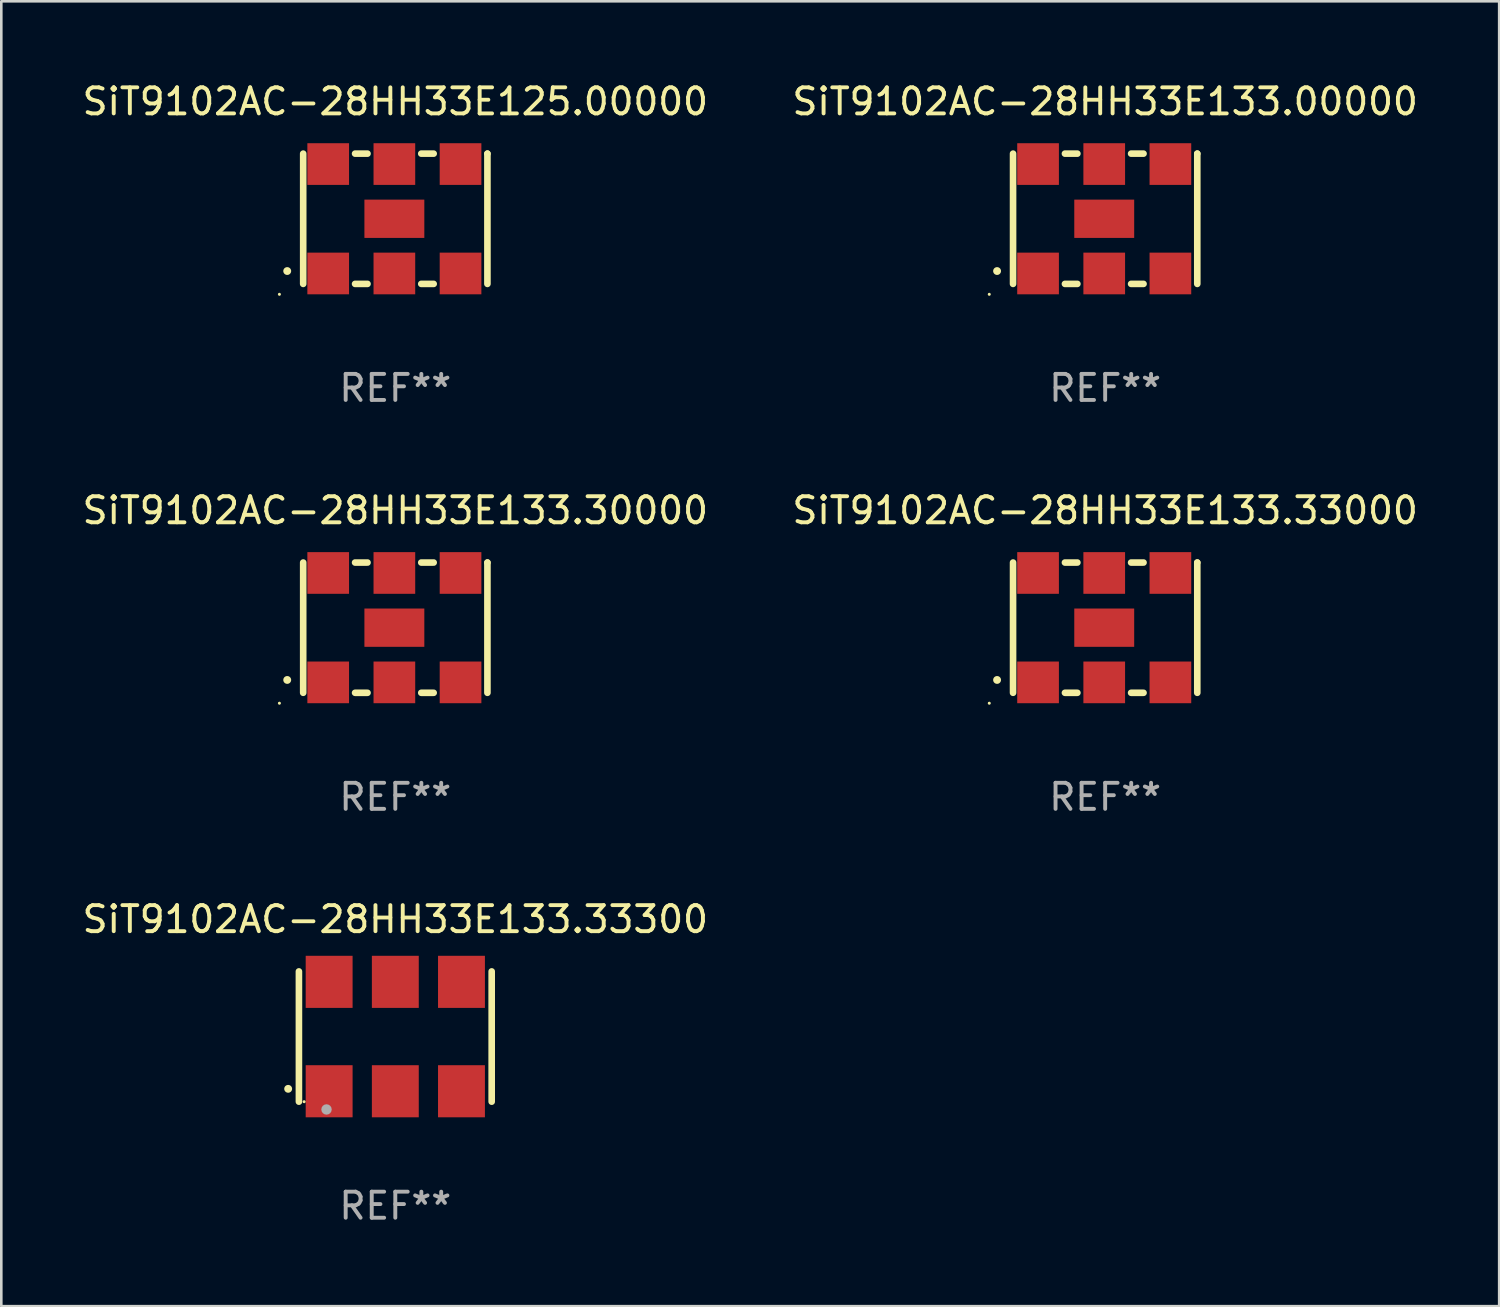
<source format=kicad_pcb>
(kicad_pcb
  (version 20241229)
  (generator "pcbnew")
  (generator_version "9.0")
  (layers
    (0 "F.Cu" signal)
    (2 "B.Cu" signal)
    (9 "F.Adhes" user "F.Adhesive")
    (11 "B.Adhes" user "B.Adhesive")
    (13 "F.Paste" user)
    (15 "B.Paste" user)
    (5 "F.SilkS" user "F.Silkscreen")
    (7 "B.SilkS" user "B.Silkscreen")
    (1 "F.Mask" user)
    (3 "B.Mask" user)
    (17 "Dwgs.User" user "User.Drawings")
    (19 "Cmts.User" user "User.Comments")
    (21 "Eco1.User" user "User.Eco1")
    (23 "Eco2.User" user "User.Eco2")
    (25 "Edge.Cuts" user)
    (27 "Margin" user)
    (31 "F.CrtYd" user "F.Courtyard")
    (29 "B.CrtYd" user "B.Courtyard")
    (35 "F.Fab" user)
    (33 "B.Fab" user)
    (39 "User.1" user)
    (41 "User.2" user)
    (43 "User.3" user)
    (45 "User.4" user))
  (footprint "SiT9102AC-28HH33E133.00000"
    (layer "F.Cu")
    (at 39.375 5.348)
    (property "Reference" "SiT9102AC-28HH33E133.00000" (at 0 -4.5 0) (layer "F.SilkS") (effects (font (size 1 1) (thickness 0.15))))
    (attr through_hole)
    (fp_line (start -3.536 -2.5) (end -3.536 2.5) (stroke (width 0.254) (type solid)) (layer "F.SilkS"))
    (fp_line (start -1.544 2.5) (end -1.067 2.5) (stroke (width 0.254) (type solid)) (layer "F.SilkS"))
    (fp_line (start -1.067 -2.5) (end -1.544 -2.5) (stroke (width 0.254) (type solid)) (layer "F.SilkS"))
    (fp_line (start 0.996 2.5) (end 1.473 2.5) (stroke (width 0.254) (type solid)) (layer "F.SilkS"))
    (fp_line (start 1.473 -2.5) (end 0.996 -2.5) (stroke (width 0.254) (type solid)) (layer "F.SilkS"))
    (fp_line (start 3.536 -2.5) (end 3.536 -2.5) (stroke (width 0.254) (type solid)) (layer "F.SilkS"))
    (fp_line (start 3.536 2.5) (end 3.536 -2.5) (stroke (width 0.254) (type solid)) (layer "F.SilkS"))
    (fp_arc (start -4.150432 2.006604) (mid -4.149162 2.006599) (end -4.147892 2.006604) (stroke (width 0.3) (type solid)) (layer "F.SilkS"))
    (fp_circle (center -4.449 2.9) (end -4.419 2.9) (stroke (width 0.06) (type solid)) (fill no) (layer "F.SilkS"))
    (fp_text user "REF**" (at 0 6.5 0) (layer "F.Fab") (effects (font (size 1 1) (thickness 0.15))))
    (pad "1" smd rect (at -2.576 2.1) (size 1.6 1.6) (layers "F.Cu" "F.Mask" "F.Paste"))
    (pad "2" smd rect (at -0.036 2.1) (size 1.6 1.6) (layers "F.Cu" "F.Mask" "F.Paste"))
    (pad "3" smd rect (at 2.504 2.1) (size 1.6 1.6) (layers "F.Cu" "F.Mask" "F.Paste"))
    (pad "4" smd rect (at 2.504 -2.1) (size 1.6 1.6) (layers "F.Cu" "F.Mask" "F.Paste"))
    (pad "5" smd rect (at -0.036 -2.1) (size 1.6 1.6) (layers "F.Cu" "F.Mask" "F.Paste"))
    (pad "6" smd rect (at -2.576 -2.1) (size 1.6 1.6) (layers "F.Cu" "F.Mask" "F.Paste"))
    (pad "7" smd rect (at -0.036 0) (size 2.3 1.47) (layers "F.Cu" "F.Mask" "F.Paste")))
  (footprint "SiT9102AC-28HH33E133.30000"
    (layer "F.Cu")
    (at 12.125 21.045)
    (property "Reference" "SiT9102AC-28HH33E133.30000" (at 0 -4.5 0) (layer "F.SilkS") (effects (font (size 1 1) (thickness 0.15))))
    (attr through_hole)
    (fp_line (start -3.536 -2.5) (end -3.536 2.5) (stroke (width 0.254) (type solid)) (layer "F.SilkS"))
    (fp_line (start -1.544 2.5) (end -1.067 2.5) (stroke (width 0.254) (type solid)) (layer "F.SilkS"))
    (fp_line (start -1.067 -2.5) (end -1.544 -2.5) (stroke (width 0.254) (type solid)) (layer "F.SilkS"))
    (fp_line (start 0.996 2.5) (end 1.473 2.5) (stroke (width 0.254) (type solid)) (layer "F.SilkS"))
    (fp_line (start 1.473 -2.5) (end 0.996 -2.5) (stroke (width 0.254) (type solid)) (layer "F.SilkS"))
    (fp_line (start 3.536 -2.5) (end 3.536 -2.5) (stroke (width 0.254) (type solid)) (layer "F.SilkS"))
    (fp_line (start 3.536 2.5) (end 3.536 -2.5) (stroke (width 0.254) (type solid)) (layer "F.SilkS"))
    (fp_arc (start -4.150432 2.006604) (mid -4.149162 2.006599) (end -4.147892 2.006604) (stroke (width 0.3) (type solid)) (layer "F.SilkS"))
    (fp_circle (center -4.449 2.9) (end -4.419 2.9) (stroke (width 0.06) (type solid)) (fill no) (layer "F.SilkS"))
    (fp_text user "REF**" (at 0 6.5 0) (layer "F.Fab") (effects (font (size 1 1) (thickness 0.15))))
    (pad "1" smd rect (at -2.576 2.1) (size 1.6 1.6) (layers "F.Cu" "F.Mask" "F.Paste"))
    (pad "2" smd rect (at -0.036 2.1) (size 1.6 1.6) (layers "F.Cu" "F.Mask" "F.Paste"))
    (pad "3" smd rect (at 2.504 2.1) (size 1.6 1.6) (layers "F.Cu" "F.Mask" "F.Paste"))
    (pad "4" smd rect (at 2.504 -2.1) (size 1.6 1.6) (layers "F.Cu" "F.Mask" "F.Paste"))
    (pad "5" smd rect (at -0.036 -2.1) (size 1.6 1.6) (layers "F.Cu" "F.Mask" "F.Paste"))
    (pad "6" smd rect (at -2.576 -2.1) (size 1.6 1.6) (layers "F.Cu" "F.Mask" "F.Paste"))
    (pad "7" smd rect (at -0.036 0) (size 2.3 1.47) (layers "F.Cu" "F.Mask" "F.Paste")))
  (footprint "SiT9102AC-28HH33E133.33000"
    (layer "F.Cu")
    (at 39.375 21.045)
    (property "Reference" "SiT9102AC-28HH33E133.33000" (at 0 -4.5 0) (layer "F.SilkS") (effects (font (size 1 1) (thickness 0.15))))
    (attr through_hole)
    (fp_line (start -3.536 -2.5) (end -3.536 2.5) (stroke (width 0.254) (type solid)) (layer "F.SilkS"))
    (fp_line (start -1.544 2.5) (end -1.067 2.5) (stroke (width 0.254) (type solid)) (layer "F.SilkS"))
    (fp_line (start -1.067 -2.5) (end -1.544 -2.5) (stroke (width 0.254) (type solid)) (layer "F.SilkS"))
    (fp_line (start 0.996 2.5) (end 1.473 2.5) (stroke (width 0.254) (type solid)) (layer "F.SilkS"))
    (fp_line (start 1.473 -2.5) (end 0.996 -2.5) (stroke (width 0.254) (type solid)) (layer "F.SilkS"))
    (fp_line (start 3.536 -2.5) (end 3.536 -2.5) (stroke (width 0.254) (type solid)) (layer "F.SilkS"))
    (fp_line (start 3.536 2.5) (end 3.536 -2.5) (stroke (width 0.254) (type solid)) (layer "F.SilkS"))
    (fp_arc (start -4.150432 2.006604) (mid -4.149162 2.006599) (end -4.147892 2.006604) (stroke (width 0.3) (type solid)) (layer "F.SilkS"))
    (fp_circle (center -4.449 2.9) (end -4.419 2.9) (stroke (width 0.06) (type solid)) (fill no) (layer "F.SilkS"))
    (fp_text user "REF**" (at 0 6.5 0) (layer "F.Fab") (effects (font (size 1 1) (thickness 0.15))))
    (pad "1" smd rect (at -2.576 2.1) (size 1.6 1.6) (layers "F.Cu" "F.Mask" "F.Paste"))
    (pad "2" smd rect (at -0.036 2.1) (size 1.6 1.6) (layers "F.Cu" "F.Mask" "F.Paste"))
    (pad "3" smd rect (at 2.504 2.1) (size 1.6 1.6) (layers "F.Cu" "F.Mask" "F.Paste"))
    (pad "4" smd rect (at 2.504 -2.1) (size 1.6 1.6) (layers "F.Cu" "F.Mask" "F.Paste"))
    (pad "5" smd rect (at -0.036 -2.1) (size 1.6 1.6) (layers "F.Cu" "F.Mask" "F.Paste"))
    (pad "6" smd rect (at -2.576 -2.1) (size 1.6 1.6) (layers "F.Cu" "F.Mask" "F.Paste"))
    (pad "7" smd rect (at -0.036 0) (size 2.3 1.47) (layers "F.Cu" "F.Mask" "F.Paste")))
  (footprint "SiT9102AC-28HH33E133.33300"
    (layer "F.Cu")
    (at 12.125 36.741)
    (property "Reference" "SiT9102AC-28HH33E133.33300" (at 0 -4.5 0) (layer "F.SilkS") (effects (font (size 1 1) (thickness 0.15))))
    (attr through_hole)
    (fp_line (start -3.7 -2.5) (end -3.7 2.5) (stroke (width 0.254) (type solid)) (layer "F.SilkS"))
    (fp_line (start 3.7 -2.5) (end 3.7 2.5) (stroke (width 0.254) (type solid)) (layer "F.SilkS"))
    (fp_arc (start -4.114415 2.006604) (mid -4.113145 2.006599) (end -4.111875 2.006604) (stroke (width 0.3) (type solid)) (layer "F.SilkS"))
    (fp_circle (center -3.5 2.501) (end -3.47 2.501) (stroke (width 0.06) (type solid)) (fill no) (layer "F.SilkS"))
    (fp_circle (center -2.641 2.799) (end -2.541 2.799) (stroke (width 0.2) (type solid)) (fill no) (layer "F.Fab"))
    (fp_text user "REF**" (at 0 6.5 0) (layer "F.Fab") (effects (font (size 1 1) (thickness 0.15))))
    (pad "1" smd rect (at -2.54 2.1) (size 1.8 2) (layers "F.Cu" "F.Mask" "F.Paste"))
    (pad "2" smd rect (at 0.000394 2.1) (size 1.8 2) (layers "F.Cu" "F.Mask" "F.Paste"))
    (pad "3" smd rect (at 2.54 2.1) (size 1.8 2) (layers "F.Cu" "F.Mask" "F.Paste"))
    (pad "4" smd rect (at 2.54 -2.1) (size 1.8 2) (layers "F.Cu" "F.Mask" "F.Paste"))
    (pad "5" smd rect (at 0.000394 -2.1) (size 1.8 2) (layers "F.Cu" "F.Mask" "F.Paste"))
    (pad "6" smd rect (at -2.54 -2.1) (size 1.8 2) (layers "F.Cu" "F.Mask" "F.Paste")))
  (footprint "SiT9102AC-28HH33E125.00000"
    (layer "F.Cu")
    (at 12.125 5.348)
    (property "Reference" "SiT9102AC-28HH33E125.00000" (at 0 -4.5 0) (layer "F.SilkS") (effects (font (size 1 1) (thickness 0.15))))
    (attr through_hole)
    (fp_line (start -3.536 -2.5) (end -3.536 2.5) (stroke (width 0.254) (type solid)) (layer "F.SilkS"))
    (fp_line (start -1.544 2.5) (end -1.067 2.5) (stroke (width 0.254) (type solid)) (layer "F.SilkS"))
    (fp_line (start -1.067 -2.5) (end -1.544 -2.5) (stroke (width 0.254) (type solid)) (layer "F.SilkS"))
    (fp_line (start 0.996 2.5) (end 1.473 2.5) (stroke (width 0.254) (type solid)) (layer "F.SilkS"))
    (fp_line (start 1.473 -2.5) (end 0.996 -2.5) (stroke (width 0.254) (type solid)) (layer "F.SilkS"))
    (fp_line (start 3.536 -2.5) (end 3.536 -2.5) (stroke (width 0.254) (type solid)) (layer "F.SilkS"))
    (fp_line (start 3.536 2.5) (end 3.536 -2.5) (stroke (width 0.254) (type solid)) (layer "F.SilkS"))
    (fp_arc (start -4.150432 2.006604) (mid -4.149162 2.006599) (end -4.147892 2.006604) (stroke (width 0.3) (type solid)) (layer "F.SilkS"))
    (fp_circle (center -4.449 2.9) (end -4.419 2.9) (stroke (width 0.06) (type solid)) (fill no) (layer "F.SilkS"))
    (fp_text user "REF**" (at 0 6.5 0) (layer "F.Fab") (effects (font (size 1 1) (thickness 0.15))))
    (pad "1" smd rect (at -2.576 2.1) (size 1.6 1.6) (layers "F.Cu" "F.Mask" "F.Paste"))
    (pad "2" smd rect (at -0.036 2.1) (size 1.6 1.6) (layers "F.Cu" "F.Mask" "F.Paste"))
    (pad "3" smd rect (at 2.504 2.1) (size 1.6 1.6) (layers "F.Cu" "F.Mask" "F.Paste"))
    (pad "4" smd rect (at 2.504 -2.1) (size 1.6 1.6) (layers "F.Cu" "F.Mask" "F.Paste"))
    (pad "5" smd rect (at -0.036 -2.1) (size 1.6 1.6) (layers "F.Cu" "F.Mask" "F.Paste"))
    (pad "6" smd rect (at -2.576 -2.1) (size 1.6 1.6) (layers "F.Cu" "F.Mask" "F.Paste"))
    (pad "7" smd rect (at -0.036 0) (size 2.3 1.47) (layers "F.Cu" "F.Mask" "F.Paste")))
  (gr_rect
    (start -3 -3)
    (end 54.5 47.09)
    (stroke (width 0.1) (type default))
    (fill no)
    (layer "Edge.Cuts")))
</source>
